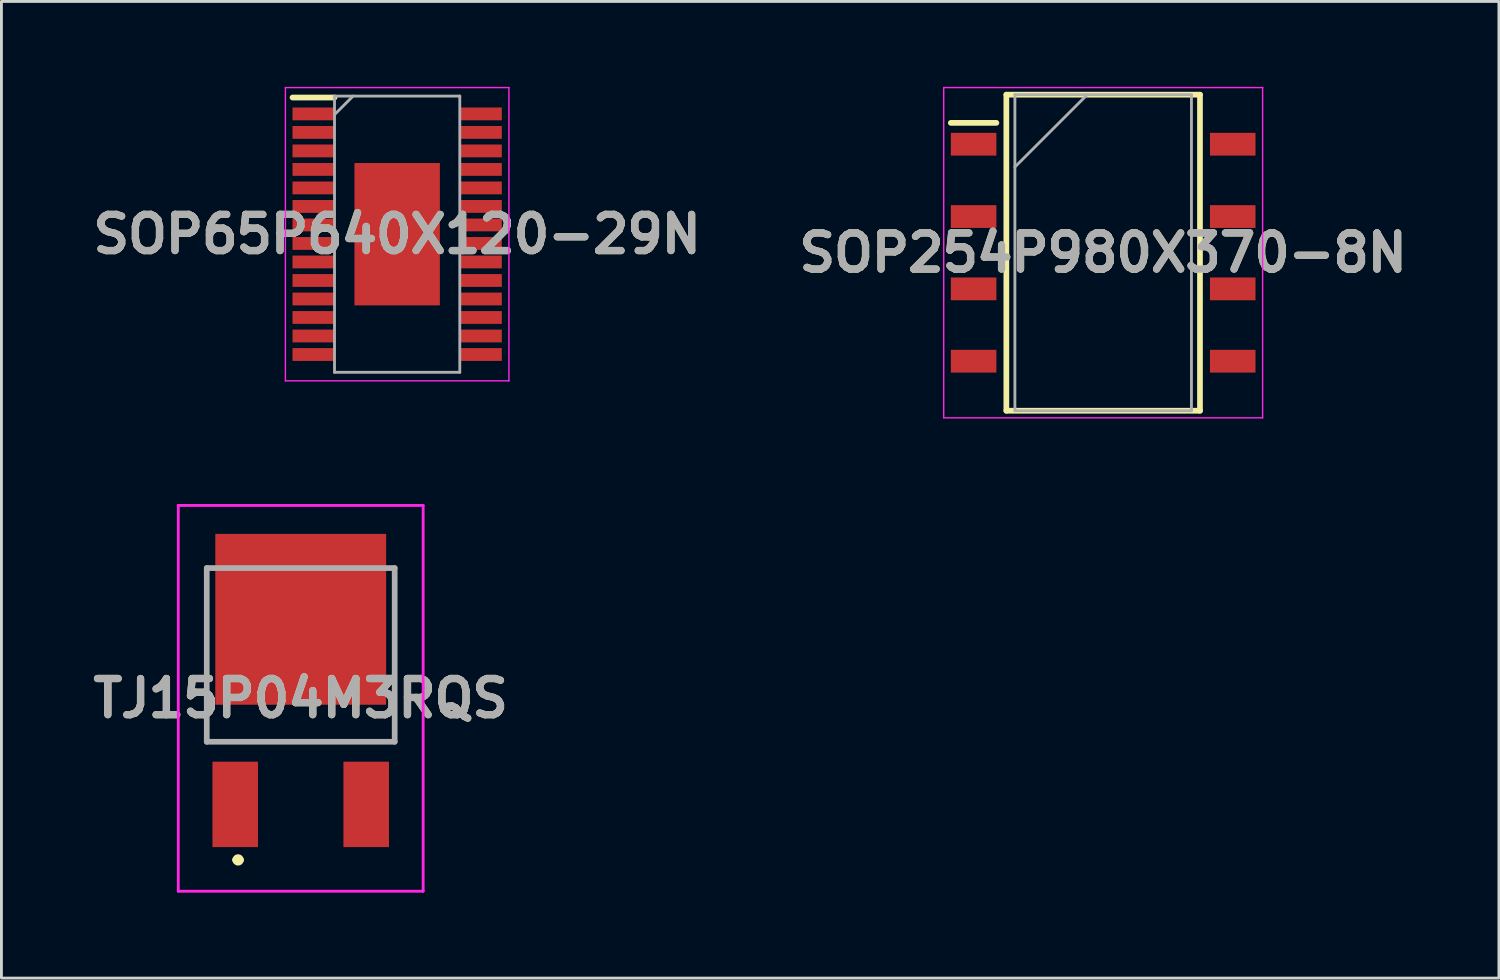
<source format=kicad_pcb>
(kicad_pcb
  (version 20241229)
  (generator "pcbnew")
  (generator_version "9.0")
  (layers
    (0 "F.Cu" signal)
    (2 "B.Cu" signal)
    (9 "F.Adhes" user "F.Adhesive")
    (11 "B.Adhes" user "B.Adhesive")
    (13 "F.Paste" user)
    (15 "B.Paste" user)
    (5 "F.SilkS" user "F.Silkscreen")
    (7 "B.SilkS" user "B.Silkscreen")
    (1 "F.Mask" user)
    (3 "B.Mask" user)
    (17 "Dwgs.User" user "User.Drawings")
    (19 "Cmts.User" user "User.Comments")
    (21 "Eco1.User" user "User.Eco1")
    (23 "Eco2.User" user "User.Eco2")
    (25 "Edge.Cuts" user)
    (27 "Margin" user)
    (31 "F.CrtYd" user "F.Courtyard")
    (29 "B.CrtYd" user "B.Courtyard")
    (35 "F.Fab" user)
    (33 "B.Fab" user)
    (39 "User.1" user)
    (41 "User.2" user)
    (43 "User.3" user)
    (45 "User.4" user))
  (footprint "SOP254P980X370-8N"
    (layer "F.Cu")
    (at 35.693 5.825)
    (property "Reference" "SOP254P980X370-8N" (at 0 0 0) (layer "F.SilkS") (effects (font (size 1.27 1.27) (thickness 0.254))))
    (attr smd)
    (fp_line (start -5.35 -4.56) (end -3.75 -4.56) (stroke (width 0.2) (type solid)) (layer "F.SilkS"))
    (fp_line (start -3.4 -5.55) (end 3.4 -5.55) (stroke (width 0.2) (type solid)) (layer "F.SilkS"))
    (fp_line (start -3.4 5.55) (end -3.4 -5.55) (stroke (width 0.2) (type solid)) (layer "F.SilkS"))
    (fp_line (start 3.4 -5.55) (end 3.4 5.55) (stroke (width 0.2) (type solid)) (layer "F.SilkS"))
    (fp_line (start 3.4 5.55) (end -3.4 5.55) (stroke (width 0.2) (type solid)) (layer "F.SilkS"))
    (fp_line (start -5.6 -5.8) (end 5.6 -5.8) (stroke (width 0.05) (type solid)) (layer "F.CrtYd"))
    (fp_line (start -5.6 5.8) (end -5.6 -5.8) (stroke (width 0.05) (type solid)) (layer "F.CrtYd"))
    (fp_line (start 5.6 -5.8) (end 5.6 5.8) (stroke (width 0.05) (type solid)) (layer "F.CrtYd"))
    (fp_line (start 5.6 5.8) (end -5.6 5.8) (stroke (width 0.05) (type solid)) (layer "F.CrtYd"))
    (fp_line (start -3.1 -5.55) (end 3.1 -5.55) (stroke (width 0.1) (type solid)) (layer "F.Fab"))
    (fp_line (start -3.1 -3.01) (end -0.56 -5.55) (stroke (width 0.1) (type solid)) (layer "F.Fab"))
    (fp_line (start -3.1 5.55) (end -3.1 -5.55) (stroke (width 0.1) (type solid)) (layer "F.Fab"))
    (fp_line (start 3.1 -5.55) (end 3.1 5.55) (stroke (width 0.1) (type solid)) (layer "F.Fab"))
    (fp_line (start 3.1 5.55) (end -3.1 5.55) (stroke (width 0.1) (type solid)) (layer "F.Fab"))
    (fp_text user "${REFERENCE}" (at 0 0 0) (layer "F.Fab") (effects (font (size 1.27 1.27) (thickness 0.254))))
    (pad "1" smd rect (at -4.55 -3.81 90) (size 0.8 1.6) (layers "F.Cu" "F.Mask" "F.Paste"))
    (pad "2" smd rect (at -4.55 -1.27 90) (size 0.8 1.6) (layers "F.Cu" "F.Mask" "F.Paste"))
    (pad "3" smd rect (at -4.55 1.27 90) (size 0.8 1.6) (layers "F.Cu" "F.Mask" "F.Paste"))
    (pad "4" smd rect (at -4.55 3.81 90) (size 0.8 1.6) (layers "F.Cu" "F.Mask" "F.Paste"))
    (pad "5" smd rect (at 4.55 3.81 90) (size 0.8 1.6) (layers "F.Cu" "F.Mask" "F.Paste"))
    (pad "6" smd rect (at 4.55 1.27 90) (size 0.8 1.6) (layers "F.Cu" "F.Mask" "F.Paste"))
    (pad "7" smd rect (at 4.55 -1.27 90) (size 0.8 1.6) (layers "F.Cu" "F.Mask" "F.Paste"))
    (pad "8" smd rect (at 4.55 -3.81 90) (size 0.8 1.6) (layers "F.Cu" "F.Mask" "F.Paste")))
  (footprint "SOP65P640X120-29N"
    (layer "F.Cu")
    (at 10.898 5.175)
    (property "Reference" "SOP65P640X120-29N" (at 0 0 0) (layer "F.SilkS") (effects (font (size 1.27 1.27) (thickness 0.254))))
    (attr smd)
    (fp_line (start -3.675 -4.8) (end -2.2 -4.8) (stroke (width 0.2) (type solid)) (layer "F.SilkS"))
    (fp_line (start -3.925 -5.15) (end 3.925 -5.15) (stroke (width 0.05) (type solid)) (layer "F.CrtYd"))
    (fp_line (start -3.925 5.15) (end -3.925 -5.15) (stroke (width 0.05) (type solid)) (layer "F.CrtYd"))
    (fp_line (start 3.925 -5.15) (end 3.925 5.15) (stroke (width 0.05) (type solid)) (layer "F.CrtYd"))
    (fp_line (start 3.925 5.15) (end -3.925 5.15) (stroke (width 0.05) (type solid)) (layer "F.CrtYd"))
    (fp_line (start -2.2 -4.85) (end 2.2 -4.85) (stroke (width 0.1) (type solid)) (layer "F.Fab"))
    (fp_line (start -2.2 -4.2) (end -1.55 -4.85) (stroke (width 0.1) (type solid)) (layer "F.Fab"))
    (fp_line (start -2.2 4.85) (end -2.2 -4.85) (stroke (width 0.1) (type solid)) (layer "F.Fab"))
    (fp_line (start 2.2 -4.85) (end 2.2 4.85) (stroke (width 0.1) (type solid)) (layer "F.Fab"))
    (fp_line (start 2.2 4.85) (end -2.2 4.85) (stroke (width 0.1) (type solid)) (layer "F.Fab"))
    (fp_text user "${REFERENCE}" (at 0 0 0) (layer "F.Fab") (effects (font (size 1.27 1.27) (thickness 0.254))))
    (pad "1" smd rect (at -2.938 -4.225 90) (size 0.45 1.475) (layers "F.Cu" "F.Mask" "F.Paste"))
    (pad "2" smd rect (at -2.938 -3.575 90) (size 0.45 1.475) (layers "F.Cu" "F.Mask" "F.Paste"))
    (pad "3" smd rect (at -2.938 -2.925 90) (size 0.45 1.475) (layers "F.Cu" "F.Mask" "F.Paste"))
    (pad "4" smd rect (at -2.938 -2.275 90) (size 0.45 1.475) (layers "F.Cu" "F.Mask" "F.Paste"))
    (pad "5" smd rect (at -2.938 -1.625 90) (size 0.45 1.475) (layers "F.Cu" "F.Mask" "F.Paste"))
    (pad "6" smd rect (at -2.938 -0.975 90) (size 0.45 1.475) (layers "F.Cu" "F.Mask" "F.Paste"))
    (pad "7" smd rect (at -2.938 -0.325 90) (size 0.45 1.475) (layers "F.Cu" "F.Mask" "F.Paste"))
    (pad "8" smd rect (at -2.938 0.325 90) (size 0.45 1.475) (layers "F.Cu" "F.Mask" "F.Paste"))
    (pad "9" smd rect (at -2.938 0.975 90) (size 0.45 1.475) (layers "F.Cu" "F.Mask" "F.Paste"))
    (pad "10" smd rect (at -2.938 1.625 90) (size 0.45 1.475) (layers "F.Cu" "F.Mask" "F.Paste"))
    (pad "11" smd rect (at -2.938 2.275 90) (size 0.45 1.475) (layers "F.Cu" "F.Mask" "F.Paste"))
    (pad "12" smd rect (at -2.938 2.925 90) (size 0.45 1.475) (layers "F.Cu" "F.Mask" "F.Paste"))
    (pad "13" smd rect (at -2.938 3.575 90) (size 0.45 1.475) (layers "F.Cu" "F.Mask" "F.Paste"))
    (pad "14" smd rect (at -2.938 4.225 90) (size 0.45 1.475) (layers "F.Cu" "F.Mask" "F.Paste"))
    (pad "15" smd rect (at 2.938 4.225 90) (size 0.45 1.475) (layers "F.Cu" "F.Mask" "F.Paste"))
    (pad "16" smd rect (at 2.938 3.575 90) (size 0.45 1.475) (layers "F.Cu" "F.Mask" "F.Paste"))
    (pad "17" smd rect (at 2.938 2.925 90) (size 0.45 1.475) (layers "F.Cu" "F.Mask" "F.Paste"))
    (pad "18" smd rect (at 2.938 2.275 90) (size 0.45 1.475) (layers "F.Cu" "F.Mask" "F.Paste"))
    (pad "19" smd rect (at 2.938 1.625 90) (size 0.45 1.475) (layers "F.Cu" "F.Mask" "F.Paste"))
    (pad "20" smd rect (at 2.938 0.975 90) (size 0.45 1.475) (layers "F.Cu" "F.Mask" "F.Paste"))
    (pad "21" smd rect (at 2.938 0.325 90) (size 0.45 1.475) (layers "F.Cu" "F.Mask" "F.Paste"))
    (pad "22" smd rect (at 2.938 -0.325 90) (size 0.45 1.475) (layers "F.Cu" "F.Mask" "F.Paste"))
    (pad "23" smd rect (at 2.938 -0.975 90) (size 0.45 1.475) (layers "F.Cu" "F.Mask" "F.Paste"))
    (pad "24" smd rect (at 2.938 -1.625 90) (size 0.45 1.475) (layers "F.Cu" "F.Mask" "F.Paste"))
    (pad "25" smd rect (at 2.938 -2.275 90) (size 0.45 1.475) (layers "F.Cu" "F.Mask" "F.Paste"))
    (pad "26" smd rect (at 2.938 -2.925 90) (size 0.45 1.475) (layers "F.Cu" "F.Mask" "F.Paste"))
    (pad "27" smd rect (at 2.938 -3.575 90) (size 0.45 1.475) (layers "F.Cu" "F.Mask" "F.Paste"))
    (pad "28" smd rect (at 2.938 -4.225 90) (size 0.45 1.475) (layers "F.Cu" "F.Mask" "F.Paste"))
    (pad "29" smd rect (at 0 0) (size 3 5) (layers "F.Cu" "F.Mask" "F.Paste")))
  (footprint "TJ15P04M3RQS"
    (layer "F.Cu")
    (at 7.511 22.075)
    (property "Reference" "TJ15P04M3RQS" (at 0 -0.6 0) (layer "F.SilkS") (effects (font (size 1.27 1.27) (thickness 0.254))))
    (attr smd)
    (fp_line (start -3.3 -5.175) (end -3.3 0.925) (stroke (width 0.1) (type solid)) (layer "F.SilkS"))
    (fp_line (start -3.3 0.925) (end 3.3 0.925) (stroke (width 0.1) (type solid)) (layer "F.SilkS"))
    (fp_line (start -2.3 5.075) (end -2.3 5.075) (stroke (width 0.2) (type solid)) (layer "F.SilkS"))
    (fp_line (start -2.1 5.075) (end -2.1 5.075) (stroke (width 0.2) (type solid)) (layer "F.SilkS"))
    (fp_line (start 3.3 0.925) (end 3.3 -5.175) (stroke (width 0.1) (type solid)) (layer "F.SilkS"))
    (fp_arc (start -2.3 5.075) (mid -2.2 4.975) (end -2.1 5.075) (stroke (width 0.2) (type solid)) (layer "F.SilkS"))
    (fp_arc (start -2.1 5.075) (mid -2.2 5.175) (end -2.3 5.075) (stroke (width 0.2) (type solid)) (layer "F.SilkS"))
    (fp_line (start -4.3 -7.375) (end 4.3 -7.375) (stroke (width 0.1) (type solid)) (layer "F.CrtYd"))
    (fp_line (start -4.3 6.175) (end -4.3 -7.375) (stroke (width 0.1) (type solid)) (layer "F.CrtYd"))
    (fp_line (start 4.3 -7.375) (end 4.3 6.175) (stroke (width 0.1) (type solid)) (layer "F.CrtYd"))
    (fp_line (start 4.3 6.175) (end -4.3 6.175) (stroke (width 0.1) (type solid)) (layer "F.CrtYd"))
    (fp_line (start -3.3 -5.175) (end 3.3 -5.175) (stroke (width 0.2) (type solid)) (layer "F.Fab"))
    (fp_line (start -3.3 0.925) (end -3.3 -5.175) (stroke (width 0.2) (type solid)) (layer "F.Fab"))
    (fp_line (start 3.3 -5.175) (end 3.3 0.925) (stroke (width 0.2) (type solid)) (layer "F.Fab"))
    (fp_line (start 3.3 0.925) (end -3.3 0.925) (stroke (width 0.2) (type solid)) (layer "F.Fab"))
    (fp_text user "${REFERENCE}" (at 0 -0.6 0) (layer "F.Fab") (effects (font (size 1.27 1.27) (thickness 0.254))))
    (pad "1" smd rect (at -2.3 3.125) (size 1.6 3) (layers "F.Cu" "F.Mask" "F.Paste"))
    (pad "2" smd rect (at 0 -3.375) (size 6 6) (layers "F.Cu" "F.Mask" "F.Paste"))
    (pad "3" smd rect (at 2.3 3.125) (size 1.6 3) (layers "F.Cu" "F.Mask" "F.Paste")))
  (gr_rect
    (start -3 -3)
    (end 49.591 31.3)
    (stroke (width 0.1) (type default))
    (fill no)
    (layer "Edge.Cuts")))
</source>
